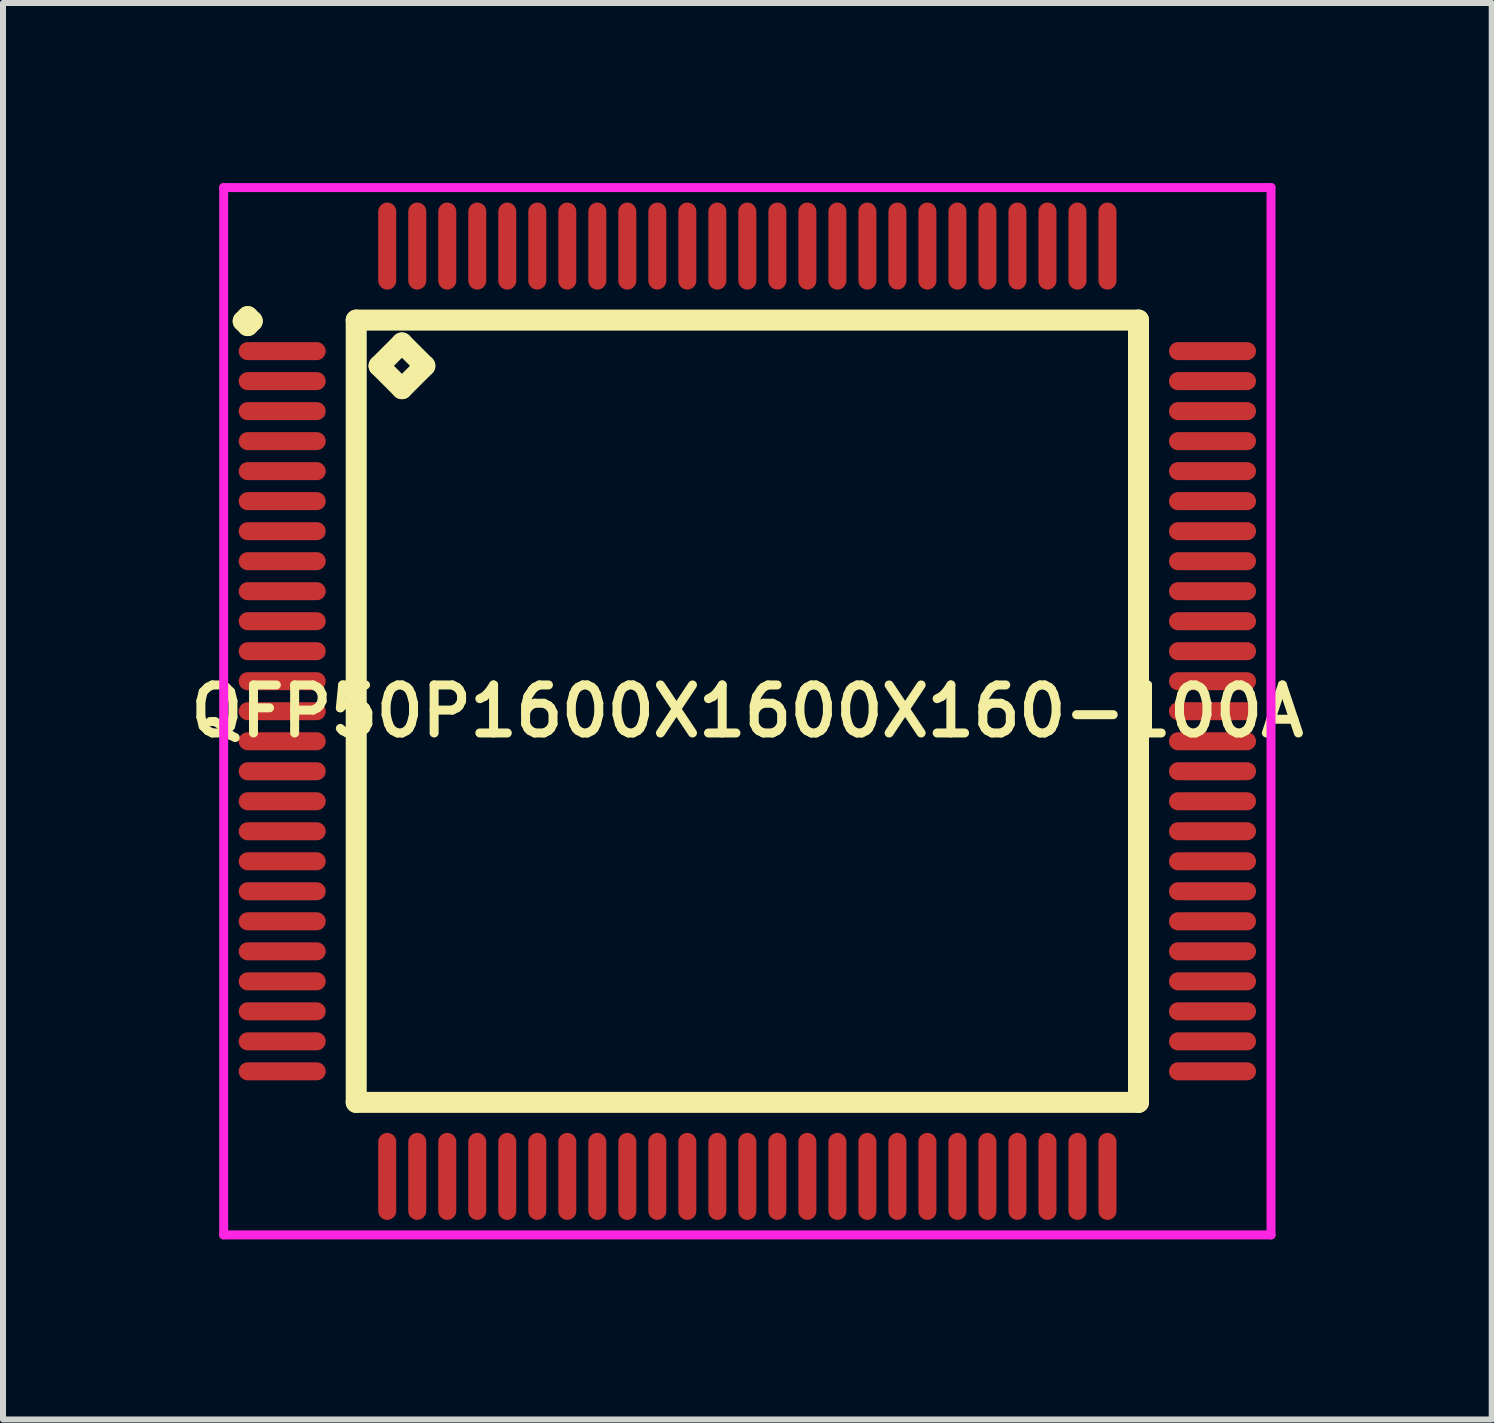
<source format=kicad_pcb>
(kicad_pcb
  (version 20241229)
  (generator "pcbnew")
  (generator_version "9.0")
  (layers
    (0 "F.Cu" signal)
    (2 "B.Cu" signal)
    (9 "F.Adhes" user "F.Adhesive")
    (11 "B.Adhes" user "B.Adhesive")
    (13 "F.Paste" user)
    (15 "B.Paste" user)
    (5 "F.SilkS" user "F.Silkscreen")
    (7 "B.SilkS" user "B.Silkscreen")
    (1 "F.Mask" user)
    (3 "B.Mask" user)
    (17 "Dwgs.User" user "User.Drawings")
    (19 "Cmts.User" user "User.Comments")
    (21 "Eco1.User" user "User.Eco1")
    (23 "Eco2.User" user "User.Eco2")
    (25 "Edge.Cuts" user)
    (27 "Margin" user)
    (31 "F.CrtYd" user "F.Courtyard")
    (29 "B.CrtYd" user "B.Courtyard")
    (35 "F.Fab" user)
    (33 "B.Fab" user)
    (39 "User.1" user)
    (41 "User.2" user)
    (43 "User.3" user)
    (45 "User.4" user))
  (footprint "QFP50P1600X1600X160-100A"
    (layer "F.Cu")
    (at 9.402 8.8)
    (property "Reference" "QFP50P1600X1600X160-100A" (at 0 0 0) (layer "F.SilkS") (effects (font (size 0.8 0.8) (thickness 0.15))))
    (attr through_hole)
    (fp_line (start -8.4 -6.5) (end -8.325 -6.575) (stroke (width 0.35) (type solid)) (layer "F.SilkS"))
    (fp_line (start -8.325 -6.575) (end -8.25 -6.5) (stroke (width 0.35) (type solid)) (layer "F.SilkS"))
    (fp_line (start -8.325 -6.425) (end -8.4 -6.5) (stroke (width 0.35) (type solid)) (layer "F.SilkS"))
    (fp_line (start -8.25 -6.5) (end -8.325 -6.425) (stroke (width 0.35) (type solid)) (layer "F.SilkS"))
    (fp_line (start -6.517 -6.517) (end -6.517 6.517) (stroke (width 0.35) (type solid)) (layer "F.SilkS"))
    (fp_line (start -6.517 6.517) (end 6.517 6.517) (stroke (width 0.35) (type solid)) (layer "F.SilkS"))
    (fp_line (start -6.136 -5.755) (end -5.755 -6.136) (stroke (width 0.35) (type solid)) (layer "F.SilkS"))
    (fp_line (start -5.755 -6.136) (end -5.374 -5.755) (stroke (width 0.35) (type solid)) (layer "F.SilkS"))
    (fp_line (start -5.755 -5.374) (end -6.136 -5.755) (stroke (width 0.35) (type solid)) (layer "F.SilkS"))
    (fp_line (start -5.374 -5.755) (end -5.755 -5.374) (stroke (width 0.35) (type solid)) (layer "F.SilkS"))
    (fp_line (start 6.517 -6.517) (end -6.517 -6.517) (stroke (width 0.35) (type solid)) (layer "F.SilkS"))
    (fp_line (start 6.517 6.517) (end 6.517 -6.517) (stroke (width 0.35) (type solid)) (layer "F.SilkS"))
    (fp_line (start -8.725 -8.725) (end 8.725 -8.725) (stroke (width 0.15) (type solid)) (layer "F.CrtYd"))
    (fp_line (start -8.725 8.725) (end -8.725 -8.725) (stroke (width 0.15) (type solid)) (layer "F.CrtYd"))
    (fp_line (start 8.725 -8.725) (end 8.725 8.725) (stroke (width 0.15) (type solid)) (layer "F.CrtYd"))
    (fp_line (start 8.725 8.725) (end -8.725 8.725) (stroke (width 0.15) (type solid)) (layer "F.CrtYd"))
    (pad "1" smd oval (at -7.75 -6) (size 1.45 0.3) (layers "F.Cu" "F.Mask" "F.Paste"))
    (pad "2" smd oval (at -7.75 -5.5) (size 1.45 0.3) (layers "F.Cu" "F.Mask" "F.Paste"))
    (pad "3" smd oval (at -7.75 -5) (size 1.45 0.3) (layers "F.Cu" "F.Mask" "F.Paste"))
    (pad "4" smd oval (at -7.75 -4.5) (size 1.45 0.3) (layers "F.Cu" "F.Mask" "F.Paste"))
    (pad "5" smd oval (at -7.75 -4) (size 1.45 0.3) (layers "F.Cu" "F.Mask" "F.Paste"))
    (pad "6" smd oval (at -7.75 -3.5) (size 1.45 0.3) (layers "F.Cu" "F.Mask" "F.Paste"))
    (pad "7" smd oval (at -7.75 -3) (size 1.45 0.3) (layers "F.Cu" "F.Mask" "F.Paste"))
    (pad "8" smd oval (at -7.75 -2.5) (size 1.45 0.3) (layers "F.Cu" "F.Mask" "F.Paste"))
    (pad "9" smd oval (at -7.75 -2) (size 1.45 0.3) (layers "F.Cu" "F.Mask" "F.Paste"))
    (pad "10" smd oval (at -7.75 -1.5) (size 1.45 0.3) (layers "F.Cu" "F.Mask" "F.Paste"))
    (pad "11" smd oval (at -7.75 -1) (size 1.45 0.3) (layers "F.Cu" "F.Mask" "F.Paste"))
    (pad "12" smd oval (at -7.75 -0.5) (size 1.45 0.3) (layers "F.Cu" "F.Mask" "F.Paste"))
    (pad "13" smd oval (at -7.75 0) (size 1.45 0.3) (layers "F.Cu" "F.Mask" "F.Paste"))
    (pad "14" smd oval (at -7.75 0.5) (size 1.45 0.3) (layers "F.Cu" "F.Mask" "F.Paste"))
    (pad "15" smd oval (at -7.75 1) (size 1.45 0.3) (layers "F.Cu" "F.Mask" "F.Paste"))
    (pad "16" smd oval (at -7.75 1.5) (size 1.45 0.3) (layers "F.Cu" "F.Mask" "F.Paste"))
    (pad "17" smd oval (at -7.75 2) (size 1.45 0.3) (layers "F.Cu" "F.Mask" "F.Paste"))
    (pad "18" smd oval (at -7.75 2.5) (size 1.45 0.3) (layers "F.Cu" "F.Mask" "F.Paste"))
    (pad "19" smd oval (at -7.75 3) (size 1.45 0.3) (layers "F.Cu" "F.Mask" "F.Paste"))
    (pad "20" smd oval (at -7.75 3.5) (size 1.45 0.3) (layers "F.Cu" "F.Mask" "F.Paste"))
    (pad "21" smd oval (at -7.75 4) (size 1.45 0.3) (layers "F.Cu" "F.Mask" "F.Paste"))
    (pad "22" smd oval (at -7.75 4.5) (size 1.45 0.3) (layers "F.Cu" "F.Mask" "F.Paste"))
    (pad "23" smd oval (at -7.75 5) (size 1.45 0.3) (layers "F.Cu" "F.Mask" "F.Paste"))
    (pad "24" smd oval (at -7.75 5.5) (size 1.45 0.3) (layers "F.Cu" "F.Mask" "F.Paste"))
    (pad "25" smd oval (at -7.75 6) (size 1.45 0.3) (layers "F.Cu" "F.Mask" "F.Paste"))
    (pad "26" smd oval (at -6 7.75) (size 0.3 1.45) (layers "F.Cu" "F.Mask" "F.Paste"))
    (pad "27" smd oval (at -5.5 7.75) (size 0.3 1.45) (layers "F.Cu" "F.Mask" "F.Paste"))
    (pad "28" smd oval (at -5 7.75) (size 0.3 1.45) (layers "F.Cu" "F.Mask" "F.Paste"))
    (pad "29" smd oval (at -4.5 7.75) (size 0.3 1.45) (layers "F.Cu" "F.Mask" "F.Paste"))
    (pad "30" smd oval (at -4 7.75) (size 0.3 1.45) (layers "F.Cu" "F.Mask" "F.Paste"))
    (pad "31" smd oval (at -3.5 7.75) (size 0.3 1.45) (layers "F.Cu" "F.Mask" "F.Paste"))
    (pad "32" smd oval (at -3 7.75) (size 0.3 1.45) (layers "F.Cu" "F.Mask" "F.Paste"))
    (pad "33" smd oval (at -2.5 7.75) (size 0.3 1.45) (layers "F.Cu" "F.Mask" "F.Paste"))
    (pad "34" smd oval (at -2 7.75) (size 0.3 1.45) (layers "F.Cu" "F.Mask" "F.Paste"))
    (pad "35" smd oval (at -1.5 7.75) (size 0.3 1.45) (layers "F.Cu" "F.Mask" "F.Paste"))
    (pad "36" smd oval (at -1 7.75) (size 0.3 1.45) (layers "F.Cu" "F.Mask" "F.Paste"))
    (pad "37" smd oval (at -0.5 7.75) (size 0.3 1.45) (layers "F.Cu" "F.Mask" "F.Paste"))
    (pad "38" smd oval (at 0 7.75) (size 0.3 1.45) (layers "F.Cu" "F.Mask" "F.Paste"))
    (pad "39" smd oval (at 0.5 7.75) (size 0.3 1.45) (layers "F.Cu" "F.Mask" "F.Paste"))
    (pad "40" smd oval (at 1 7.75) (size 0.3 1.45) (layers "F.Cu" "F.Mask" "F.Paste"))
    (pad "41" smd oval (at 1.5 7.75) (size 0.3 1.45) (layers "F.Cu" "F.Mask" "F.Paste"))
    (pad "42" smd oval (at 2 7.75) (size 0.3 1.45) (layers "F.Cu" "F.Mask" "F.Paste"))
    (pad "43" smd oval (at 2.5 7.75) (size 0.3 1.45) (layers "F.Cu" "F.Mask" "F.Paste"))
    (pad "44" smd oval (at 3 7.75) (size 0.3 1.45) (layers "F.Cu" "F.Mask" "F.Paste"))
    (pad "45" smd oval (at 3.5 7.75) (size 0.3 1.45) (layers "F.Cu" "F.Mask" "F.Paste"))
    (pad "46" smd oval (at 4 7.75) (size 0.3 1.45) (layers "F.Cu" "F.Mask" "F.Paste"))
    (pad "47" smd oval (at 4.5 7.75) (size 0.3 1.45) (layers "F.Cu" "F.Mask" "F.Paste"))
    (pad "48" smd oval (at 5 7.75) (size 0.3 1.45) (layers "F.Cu" "F.Mask" "F.Paste"))
    (pad "49" smd oval (at 5.5 7.75) (size 0.3 1.45) (layers "F.Cu" "F.Mask" "F.Paste"))
    (pad "50" smd oval (at 6 7.75) (size 0.3 1.45) (layers "F.Cu" "F.Mask" "F.Paste"))
    (pad "51" smd oval (at 7.75 6) (size 1.45 0.3) (layers "F.Cu" "F.Mask" "F.Paste"))
    (pad "52" smd oval (at 7.75 5.5) (size 1.45 0.3) (layers "F.Cu" "F.Mask" "F.Paste"))
    (pad "53" smd oval (at 7.75 5) (size 1.45 0.3) (layers "F.Cu" "F.Mask" "F.Paste"))
    (pad "54" smd oval (at 7.75 4.5) (size 1.45 0.3) (layers "F.Cu" "F.Mask" "F.Paste"))
    (pad "55" smd oval (at 7.75 4) (size 1.45 0.3) (layers "F.Cu" "F.Mask" "F.Paste"))
    (pad "56" smd oval (at 7.75 3.5) (size 1.45 0.3) (layers "F.Cu" "F.Mask" "F.Paste"))
    (pad "57" smd oval (at 7.75 3) (size 1.45 0.3) (layers "F.Cu" "F.Mask" "F.Paste"))
    (pad "58" smd oval (at 7.75 2.5) (size 1.45 0.3) (layers "F.Cu" "F.Mask" "F.Paste"))
    (pad "59" smd oval (at 7.75 2) (size 1.45 0.3) (layers "F.Cu" "F.Mask" "F.Paste"))
    (pad "60" smd oval (at 7.75 1.5) (size 1.45 0.3) (layers "F.Cu" "F.Mask" "F.Paste"))
    (pad "61" smd oval (at 7.75 1) (size 1.45 0.3) (layers "F.Cu" "F.Mask" "F.Paste"))
    (pad "62" smd oval (at 7.75 0.5) (size 1.45 0.3) (layers "F.Cu" "F.Mask" "F.Paste"))
    (pad "63" smd oval (at 7.75 0) (size 1.45 0.3) (layers "F.Cu" "F.Mask" "F.Paste"))
    (pad "64" smd oval (at 7.75 -0.5) (size 1.45 0.3) (layers "F.Cu" "F.Mask" "F.Paste"))
    (pad "65" smd oval (at 7.75 -1) (size 1.45 0.3) (layers "F.Cu" "F.Mask" "F.Paste"))
    (pad "66" smd oval (at 7.75 -1.5) (size 1.45 0.3) (layers "F.Cu" "F.Mask" "F.Paste"))
    (pad "67" smd oval (at 7.75 -2) (size 1.45 0.3) (layers "F.Cu" "F.Mask" "F.Paste"))
    (pad "68" smd oval (at 7.75 -2.5) (size 1.45 0.3) (layers "F.Cu" "F.Mask" "F.Paste"))
    (pad "69" smd oval (at 7.75 -3) (size 1.45 0.3) (layers "F.Cu" "F.Mask" "F.Paste"))
    (pad "70" smd oval (at 7.75 -3.5) (size 1.45 0.3) (layers "F.Cu" "F.Mask" "F.Paste"))
    (pad "71" smd oval (at 7.75 -4) (size 1.45 0.3) (layers "F.Cu" "F.Mask" "F.Paste"))
    (pad "72" smd oval (at 7.75 -4.5) (size 1.45 0.3) (layers "F.Cu" "F.Mask" "F.Paste"))
    (pad "73" smd oval (at 7.75 -5) (size 1.45 0.3) (layers "F.Cu" "F.Mask" "F.Paste"))
    (pad "74" smd oval (at 7.75 -5.5) (size 1.45 0.3) (layers "F.Cu" "F.Mask" "F.Paste"))
    (pad "75" smd oval (at 7.75 -6) (size 1.45 0.3) (layers "F.Cu" "F.Mask" "F.Paste"))
    (pad "76" smd oval (at 6 -7.75) (size 0.3 1.45) (layers "F.Cu" "F.Mask" "F.Paste"))
    (pad "77" smd oval (at 5.5 -7.75) (size 0.3 1.45) (layers "F.Cu" "F.Mask" "F.Paste"))
    (pad "78" smd oval (at 5 -7.75) (size 0.3 1.45) (layers "F.Cu" "F.Mask" "F.Paste"))
    (pad "79" smd oval (at 4.5 -7.75) (size 0.3 1.45) (layers "F.Cu" "F.Mask" "F.Paste"))
    (pad "80" smd oval (at 4 -7.75) (size 0.3 1.45) (layers "F.Cu" "F.Mask" "F.Paste"))
    (pad "81" smd oval (at 3.5 -7.75) (size 0.3 1.45) (layers "F.Cu" "F.Mask" "F.Paste"))
    (pad "82" smd oval (at 3 -7.75) (size 0.3 1.45) (layers "F.Cu" "F.Mask" "F.Paste"))
    (pad "83" smd oval (at 2.5 -7.75) (size 0.3 1.45) (layers "F.Cu" "F.Mask" "F.Paste"))
    (pad "84" smd oval (at 2 -7.75) (size 0.3 1.45) (layers "F.Cu" "F.Mask" "F.Paste"))
    (pad "85" smd oval (at 1.5 -7.75) (size 0.3 1.45) (layers "F.Cu" "F.Mask" "F.Paste"))
    (pad "86" smd oval (at 1 -7.75) (size 0.3 1.45) (layers "F.Cu" "F.Mask" "F.Paste"))
    (pad "87" smd oval (at 0.5 -7.75) (size 0.3 1.45) (layers "F.Cu" "F.Mask" "F.Paste"))
    (pad "88" smd oval (at 0 -7.75) (size 0.3 1.45) (layers "F.Cu" "F.Mask" "F.Paste"))
    (pad "89" smd oval (at -0.5 -7.75) (size 0.3 1.45) (layers "F.Cu" "F.Mask" "F.Paste"))
    (pad "90" smd oval (at -1 -7.75) (size 0.3 1.45) (layers "F.Cu" "F.Mask" "F.Paste"))
    (pad "91" smd oval (at -1.5 -7.75) (size 0.3 1.45) (layers "F.Cu" "F.Mask" "F.Paste"))
    (pad "92" smd oval (at -2 -7.75) (size 0.3 1.45) (layers "F.Cu" "F.Mask" "F.Paste"))
    (pad "93" smd oval (at -2.5 -7.75) (size 0.3 1.45) (layers "F.Cu" "F.Mask" "F.Paste"))
    (pad "94" smd oval (at -3 -7.75) (size 0.3 1.45) (layers "F.Cu" "F.Mask" "F.Paste"))
    (pad "95" smd oval (at -3.5 -7.75) (size 0.3 1.45) (layers "F.Cu" "F.Mask" "F.Paste"))
    (pad "96" smd oval (at -4 -7.75) (size 0.3 1.45) (layers "F.Cu" "F.Mask" "F.Paste"))
    (pad "97" smd oval (at -4.5 -7.75) (size 0.3 1.45) (layers "F.Cu" "F.Mask" "F.Paste"))
    (pad "98" smd oval (at -5 -7.75) (size 0.3 1.45) (layers "F.Cu" "F.Mask" "F.Paste"))
    (pad "99" smd oval (at -5.5 -7.75) (size 0.3 1.45) (layers "F.Cu" "F.Mask" "F.Paste"))
    (pad "100" smd oval (at -6 -7.75) (size 0.3 1.45) (layers "F.Cu" "F.Mask" "F.Paste")))
  (gr_rect
    (start -3 -3)
    (end 21.804 20.6)
    (stroke (width 0.1) (type default))
    (fill no)
    (layer "Edge.Cuts")))
</source>
